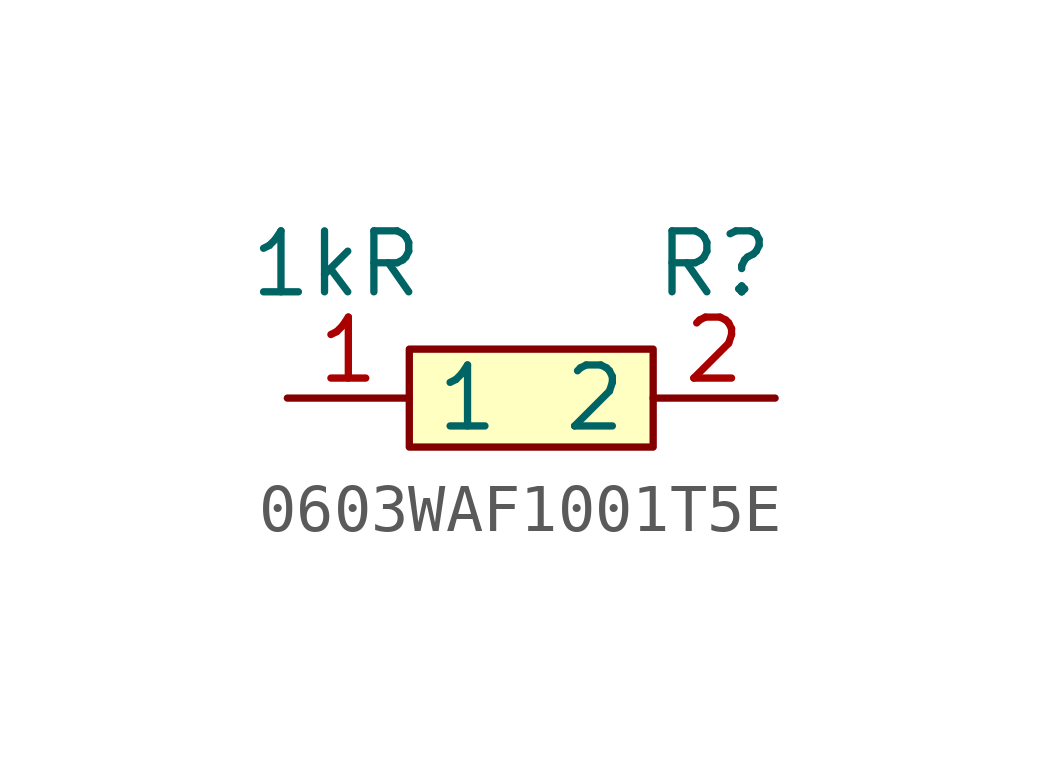
<source format=kicad_sym>
(kicad_symbol_lib
  (version 20231120)
  (generator "kicad_symbol_editor")
  (generator_version "8.0")
  (symbol "0603WAF1001T5E"
    (property "Reference" "R"
      (at 3.81 2.794 0)
      (effects (font (size 1.27 1.27))))
    (property "Value" "1kR"
      (at -4.064 2.794 0)
      (effects (font (size 1.27 1.27))))
    (symbol "0603WAF1001T5E_0_1"
      (rectangle (start -2.54 1.02) (end 2.54 -1.02) (stroke (width 0) (type default)) (fill (type background)))
      (pin passive line (at -5.08 0 0) (length 2.54) (name "1" (effects (font (size 1.27 1.27)))) (number "1" (effects (font (size 1.27 1.27)))))
      (pin passive line (at 5.08 0 180) (length 2.54) (name "2" (effects (font (size 1.27 1.27)))) (number "2" (effects (font (size 1.27 1.27))))))))
</source>
